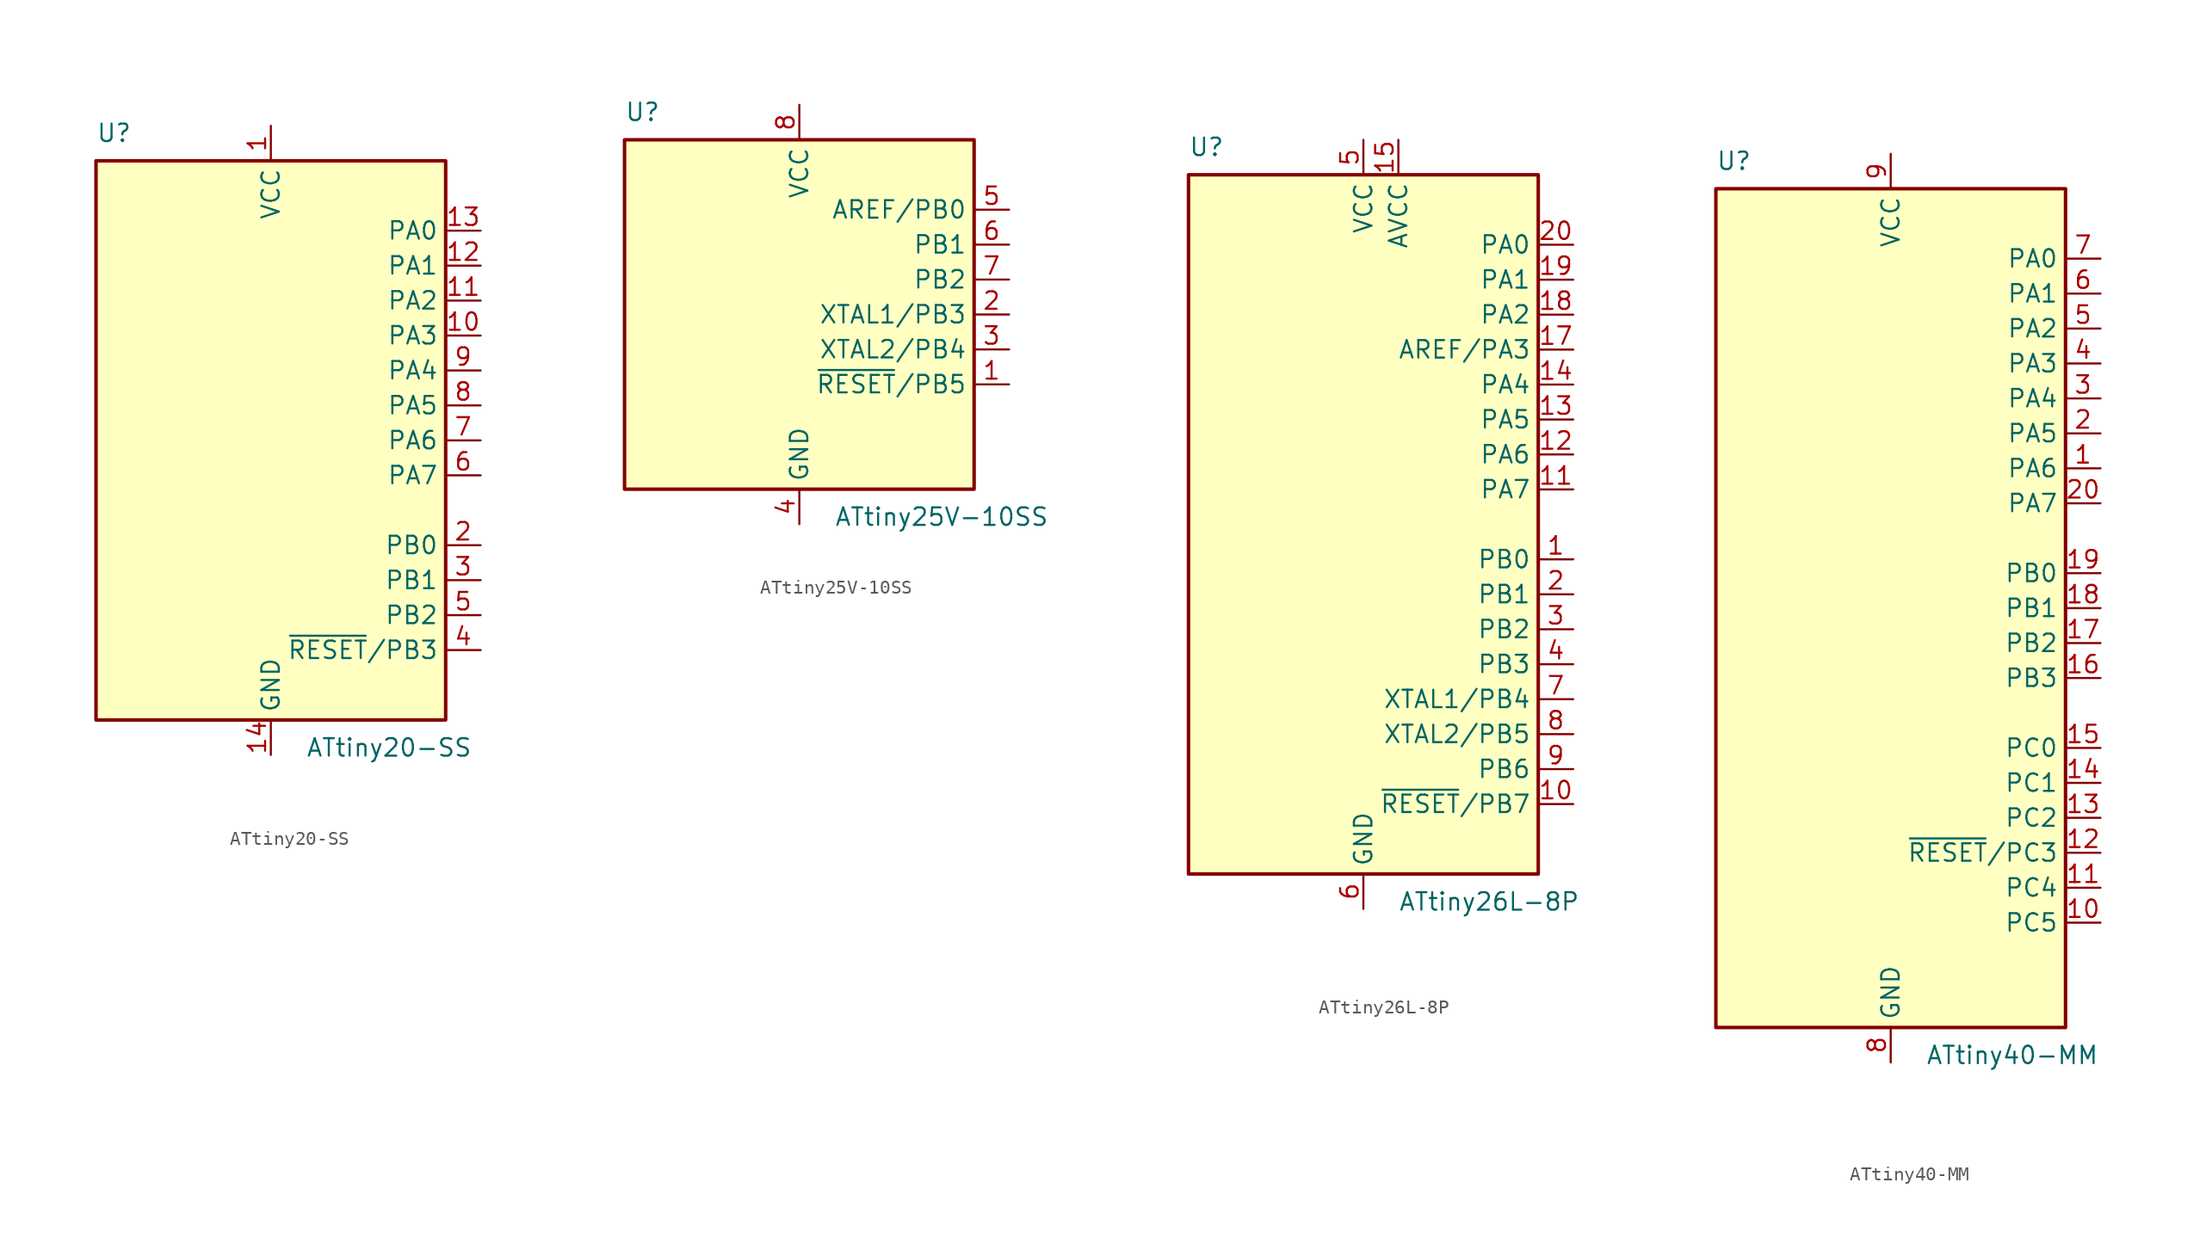
<source format=kicad_sym>
(kicad_symbol_lib
  (version 20201005)
  (generator kicad_symbol_editor)
  (symbol "MCU_Microchip_ATtiny:ATtiny20-SS"
    (property "Reference" "U"
      (at -12.7 21.59 0)
      (effects (font (size 1.27 1.27)) (justify left bottom)))
    (property "Value" "ATtiny20-SS"
      (at 2.54 -21.59 0)
      (effects (font (size 1.27 1.27)) (justify left top)))
    (symbol "ATtiny20-SS_0_1"
      (rectangle (start -12.7 -20.32) (end 12.7 20.32) (stroke (width 0.254)) (fill (type background))))
    (symbol "ATtiny20-SS_1_1"
      (pin power_in line (at 0 22.86 270) (length 2.54) (name "VCC" (effects (font (size 1.27 1.27)))) (number "1" (effects (font (size 1.27 1.27)))))
      (pin bidirectional line (at 15.24 7.62 180) (length 2.54) (name "PA3" (effects (font (size 1.27 1.27)))) (number "10" (effects (font (size 1.27 1.27)))))
      (pin bidirectional line (at 15.24 10.16 180) (length 2.54) (name "PA2" (effects (font (size 1.27 1.27)))) (number "11" (effects (font (size 1.27 1.27)))))
      (pin bidirectional line (at 15.24 12.7 180) (length 2.54) (name "PA1" (effects (font (size 1.27 1.27)))) (number "12" (effects (font (size 1.27 1.27)))))
      (pin bidirectional line (at 15.24 15.24 180) (length 2.54) (name "PA0" (effects (font (size 1.27 1.27)))) (number "13" (effects (font (size 1.27 1.27)))))
      (pin power_in line (at 0 -22.86 90) (length 2.54) (name "GND" (effects (font (size 1.27 1.27)))) (number "14" (effects (font (size 1.27 1.27)))))
      (pin bidirectional line (at 15.24 -7.62 180) (length 2.54) (name "PB0" (effects (font (size 1.27 1.27)))) (number "2" (effects (font (size 1.27 1.27)))))
      (pin bidirectional line (at 15.24 -10.16 180) (length 2.54) (name "PB1" (effects (font (size 1.27 1.27)))) (number "3" (effects (font (size 1.27 1.27)))))
      (pin bidirectional line (at 15.24 -15.24 180) (length 2.54) (name "~RESET~/PB3" (effects (font (size 1.27 1.27)))) (number "4" (effects (font (size 1.27 1.27)))))
      (pin bidirectional line (at 15.24 -12.7 180) (length 2.54) (name "PB2" (effects (font (size 1.27 1.27)))) (number "5" (effects (font (size 1.27 1.27)))))
      (pin bidirectional line (at 15.24 -2.54 180) (length 2.54) (name "PA7" (effects (font (size 1.27 1.27)))) (number "6" (effects (font (size 1.27 1.27)))))
      (pin bidirectional line (at 15.24 0 180) (length 2.54) (name "PA6" (effects (font (size 1.27 1.27)))) (number "7" (effects (font (size 1.27 1.27)))))
      (pin bidirectional line (at 15.24 2.54 180) (length 2.54) (name "PA5" (effects (font (size 1.27 1.27)))) (number "8" (effects (font (size 1.27 1.27)))))
      (pin bidirectional line (at 15.24 5.08 180) (length 2.54) (name "PA4" (effects (font (size 1.27 1.27)))) (number "9" (effects (font (size 1.27 1.27)))))))
  (symbol "MCU_Microchip_ATtiny:ATtiny25V-10SS"
    (property "Reference" "U"
      (at -12.7 13.97 0)
      (effects (font (size 1.27 1.27)) (justify left bottom)))
    (property "Value" "ATtiny25V-10SS"
      (at 2.54 -13.97 0)
      (effects (font (size 1.27 1.27)) (justify left top)))
    (symbol "ATtiny25V-10SS_0_1"
      (rectangle (start -12.7 -12.7) (end 12.7 12.7) (stroke (width 0.254)) (fill (type background))))
    (symbol "ATtiny25V-10SS_1_1"
      (pin bidirectional line (at 15.24 -5.08 180) (length 2.54) (name "~RESET~/PB5" (effects (font (size 1.27 1.27)))) (number "1" (effects (font (size 1.27 1.27)))))
      (pin bidirectional line (at 15.24 0 180) (length 2.54) (name "XTAL1/PB3" (effects (font (size 1.27 1.27)))) (number "2" (effects (font (size 1.27 1.27)))))
      (pin bidirectional line (at 15.24 -2.54 180) (length 2.54) (name "XTAL2/PB4" (effects (font (size 1.27 1.27)))) (number "3" (effects (font (size 1.27 1.27)))))
      (pin power_in line (at 0 -15.24 90) (length 2.54) (name "GND" (effects (font (size 1.27 1.27)))) (number "4" (effects (font (size 1.27 1.27)))))
      (pin bidirectional line (at 15.24 7.62 180) (length 2.54) (name "AREF/PB0" (effects (font (size 1.27 1.27)))) (number "5" (effects (font (size 1.27 1.27)))))
      (pin bidirectional line (at 15.24 5.08 180) (length 2.54) (name "PB1" (effects (font (size 1.27 1.27)))) (number "6" (effects (font (size 1.27 1.27)))))
      (pin bidirectional line (at 15.24 2.54 180) (length 2.54) (name "PB2" (effects (font (size 1.27 1.27)))) (number "7" (effects (font (size 1.27 1.27)))))
      (pin power_in line (at 0 15.24 270) (length 2.54) (name "VCC" (effects (font (size 1.27 1.27)))) (number "8" (effects (font (size 1.27 1.27)))))))
  (symbol "MCU_Microchip_ATtiny:ATtiny26L-8P"
    (property "Reference" "U"
      (at -12.7 26.67 0)
      (effects (font (size 1.27 1.27)) (justify left bottom)))
    (property "Value" "ATtiny26L-8P"
      (at 2.54 -26.67 0)
      (effects (font (size 1.27 1.27)) (justify left top)))
    (symbol "ATtiny26L-8P_0_1"
      (rectangle (start -12.7 -25.4) (end 12.7 25.4) (stroke (width 0.254)) (fill (type background))))
    (symbol "ATtiny26L-8P_1_1"
      (pin bidirectional line (at 15.24 -2.54 180) (length 2.54) (name "PB0" (effects (font (size 1.27 1.27)))) (number "1" (effects (font (size 1.27 1.27)))))
      (pin bidirectional line (at 15.24 -20.32 180) (length 2.54) (name "~RESET~/PB7" (effects (font (size 1.27 1.27)))) (number "10" (effects (font (size 1.27 1.27)))))
      (pin bidirectional line (at 15.24 2.54 180) (length 2.54) (name "PA7" (effects (font (size 1.27 1.27)))) (number "11" (effects (font (size 1.27 1.27)))))
      (pin bidirectional line (at 15.24 5.08 180) (length 2.54) (name "PA6" (effects (font (size 1.27 1.27)))) (number "12" (effects (font (size 1.27 1.27)))))
      (pin bidirectional line (at 15.24 7.62 180) (length 2.54) (name "PA5" (effects (font (size 1.27 1.27)))) (number "13" (effects (font (size 1.27 1.27)))))
      (pin bidirectional line (at 15.24 10.16 180) (length 2.54) (name "PA4" (effects (font (size 1.27 1.27)))) (number "14" (effects (font (size 1.27 1.27)))))
      (pin power_in line (at 2.54 27.94 270) (length 2.54) (name "AVCC" (effects (font (size 1.27 1.27)))) (number "15" (effects (font (size 1.27 1.27)))))
      (pin passive line (at 0 -27.94 90) (length 2.54) hide (name "GND" (effects (font (size 1.27 1.27)))) (number "16" (effects (font (size 1.27 1.27)))))
      (pin bidirectional line (at 15.24 12.7 180) (length 2.54) (name "AREF/PA3" (effects (font (size 1.27 1.27)))) (number "17" (effects (font (size 1.27 1.27)))))
      (pin bidirectional line (at 15.24 15.24 180) (length 2.54) (name "PA2" (effects (font (size 1.27 1.27)))) (number "18" (effects (font (size 1.27 1.27)))))
      (pin bidirectional line (at 15.24 17.78 180) (length 2.54) (name "PA1" (effects (font (size 1.27 1.27)))) (number "19" (effects (font (size 1.27 1.27)))))
      (pin bidirectional line (at 15.24 -5.08 180) (length 2.54) (name "PB1" (effects (font (size 1.27 1.27)))) (number "2" (effects (font (size 1.27 1.27)))))
      (pin bidirectional line (at 15.24 20.32 180) (length 2.54) (name "PA0" (effects (font (size 1.27 1.27)))) (number "20" (effects (font (size 1.27 1.27)))))
      (pin bidirectional line (at 15.24 -7.62 180) (length 2.54) (name "PB2" (effects (font (size 1.27 1.27)))) (number "3" (effects (font (size 1.27 1.27)))))
      (pin bidirectional line (at 15.24 -10.16 180) (length 2.54) (name "PB3" (effects (font (size 1.27 1.27)))) (number "4" (effects (font (size 1.27 1.27)))))
      (pin power_in line (at 0 27.94 270) (length 2.54) (name "VCC" (effects (font (size 1.27 1.27)))) (number "5" (effects (font (size 1.27 1.27)))))
      (pin power_in line (at 0 -27.94 90) (length 2.54) (name "GND" (effects (font (size 1.27 1.27)))) (number "6" (effects (font (size 1.27 1.27)))))
      (pin bidirectional line (at 15.24 -12.7 180) (length 2.54) (name "XTAL1/PB4" (effects (font (size 1.27 1.27)))) (number "7" (effects (font (size 1.27 1.27)))))
      (pin bidirectional line (at 15.24 -15.24 180) (length 2.54) (name "XTAL2/PB5" (effects (font (size 1.27 1.27)))) (number "8" (effects (font (size 1.27 1.27)))))
      (pin bidirectional line (at 15.24 -17.78 180) (length 2.54) (name "PB6" (effects (font (size 1.27 1.27)))) (number "9" (effects (font (size 1.27 1.27)))))))
  (symbol "MCU_Microchip_ATtiny:ATtiny40-MM"
    (property "Reference" "U"
      (at -12.7 31.75 0)
      (effects (font (size 1.27 1.27)) (justify left bottom)))
    (property "Value" "ATtiny40-MM"
      (at 2.54 -31.75 0)
      (effects (font (size 1.27 1.27)) (justify left top)))
    (symbol "ATtiny40-MM_0_1"
      (rectangle (start -12.7 -30.48) (end 12.7 30.48) (stroke (width 0.254)) (fill (type background))))
    (symbol "ATtiny40-MM_1_1"
      (pin bidirectional line (at 15.24 10.16 180) (length 2.54) (name "PA6" (effects (font (size 1.27 1.27)))) (number "1" (effects (font (size 1.27 1.27)))))
      (pin bidirectional line (at 15.24 -22.86 180) (length 2.54) (name "PC5" (effects (font (size 1.27 1.27)))) (number "10" (effects (font (size 1.27 1.27)))))
      (pin bidirectional line (at 15.24 -20.32 180) (length 2.54) (name "PC4" (effects (font (size 1.27 1.27)))) (number "11" (effects (font (size 1.27 1.27)))))
      (pin bidirectional line (at 15.24 -17.78 180) (length 2.54) (name "~RESET~/PC3" (effects (font (size 1.27 1.27)))) (number "12" (effects (font (size 1.27 1.27)))))
      (pin bidirectional line (at 15.24 -15.24 180) (length 2.54) (name "PC2" (effects (font (size 1.27 1.27)))) (number "13" (effects (font (size 1.27 1.27)))))
      (pin bidirectional line (at 15.24 -12.7 180) (length 2.54) (name "PC1" (effects (font (size 1.27 1.27)))) (number "14" (effects (font (size 1.27 1.27)))))
      (pin bidirectional line (at 15.24 -10.16 180) (length 2.54) (name "PC0" (effects (font (size 1.27 1.27)))) (number "15" (effects (font (size 1.27 1.27)))))
      (pin bidirectional line (at 15.24 -5.08 180) (length 2.54) (name "PB3" (effects (font (size 1.27 1.27)))) (number "16" (effects (font (size 1.27 1.27)))))
      (pin bidirectional line (at 15.24 -2.54 180) (length 2.54) (name "PB2" (effects (font (size 1.27 1.27)))) (number "17" (effects (font (size 1.27 1.27)))))
      (pin bidirectional line (at 15.24 0 180) (length 2.54) (name "PB1" (effects (font (size 1.27 1.27)))) (number "18" (effects (font (size 1.27 1.27)))))
      (pin bidirectional line (at 15.24 2.54 180) (length 2.54) (name "PB0" (effects (font (size 1.27 1.27)))) (number "19" (effects (font (size 1.27 1.27)))))
      (pin bidirectional line (at 15.24 12.7 180) (length 2.54) (name "PA5" (effects (font (size 1.27 1.27)))) (number "2" (effects (font (size 1.27 1.27)))))
      (pin bidirectional line (at 15.24 7.62 180) (length 2.54) (name "PA7" (effects (font (size 1.27 1.27)))) (number "20" (effects (font (size 1.27 1.27)))))
      (pin passive line (at 0 -33.02 90) (length 2.54) hide (name "GND" (effects (font (size 1.27 1.27)))) (number "21" (effects (font (size 1.27 1.27)))))
      (pin bidirectional line (at 15.24 15.24 180) (length 2.54) (name "PA4" (effects (font (size 1.27 1.27)))) (number "3" (effects (font (size 1.27 1.27)))))
      (pin bidirectional line (at 15.24 17.78 180) (length 2.54) (name "PA3" (effects (font (size 1.27 1.27)))) (number "4" (effects (font (size 1.27 1.27)))))
      (pin bidirectional line (at 15.24 20.32 180) (length 2.54) (name "PA2" (effects (font (size 1.27 1.27)))) (number "5" (effects (font (size 1.27 1.27)))))
      (pin bidirectional line (at 15.24 22.86 180) (length 2.54) (name "PA1" (effects (font (size 1.27 1.27)))) (number "6" (effects (font (size 1.27 1.27)))))
      (pin bidirectional line (at 15.24 25.4 180) (length 2.54) (name "PA0" (effects (font (size 1.27 1.27)))) (number "7" (effects (font (size 1.27 1.27)))))
      (pin power_in line (at 0 -33.02 90) (length 2.54) (name "GND" (effects (font (size 1.27 1.27)))) (number "8" (effects (font (size 1.27 1.27)))))
      (pin power_in line (at 0 33.02 270) (length 2.54) (name "VCC" (effects (font (size 1.27 1.27)))) (number "9" (effects (font (size 1.27 1.27))))))))
</source>
